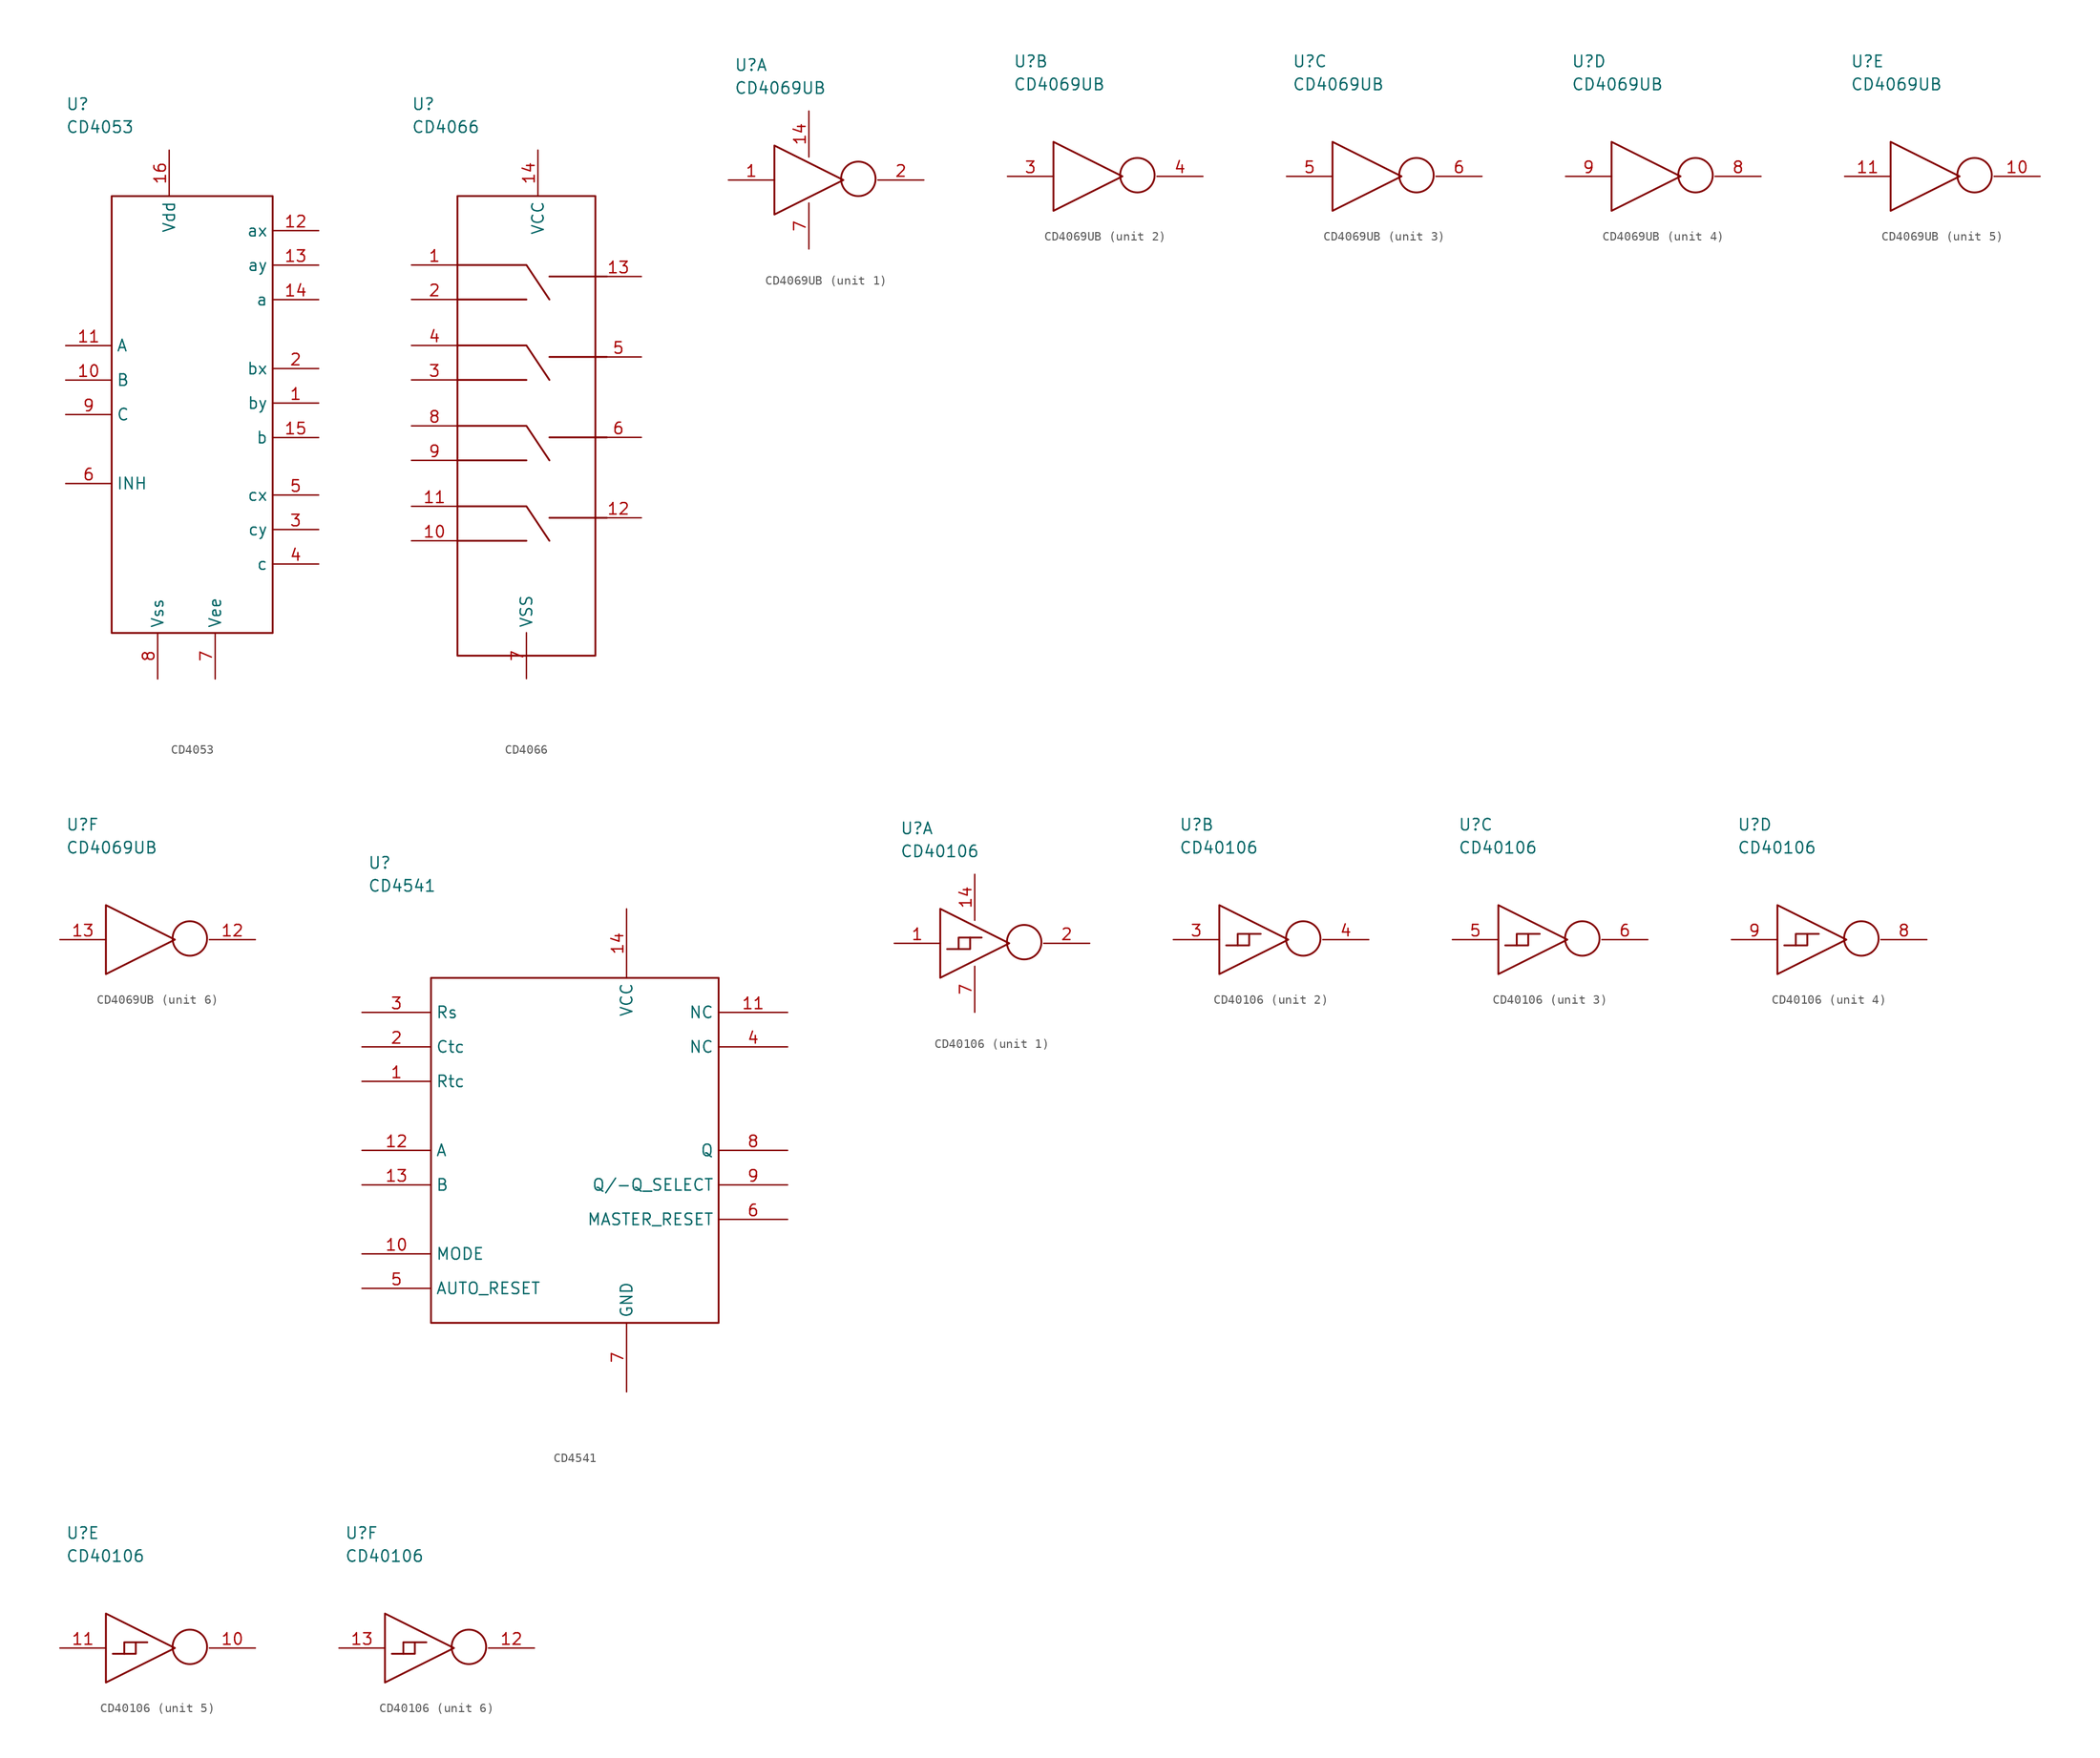
<source format=kicad_sym>
(kicad_symbol_lib
  (version 20211014)
  (generator kicad_symbol_editor)
  (symbol "CD4053"
    (property "Reference" "U"
      (at -13.97 34.29 0)
      (effects (font (size 1.27 1.27)) (justify left)))
    (property "Value" "CD4053"
      (at -13.97 31.75 0)
      (effects (font (size 1.27 1.27)) (justify left)))
    (property "ki_locked" ""
      (at 0 0 0)
      (effects (font (size 1.27 1.27))))
    (symbol "CD4053_0_0"
      (rectangle (start -8.89 24.13) (end 8.89 -24.13) (stroke (width 0.203) (type default) (color 0 0 0 0)) (fill (type none))))
    (symbol "CD4053_1_0"
      (pin unspecified line (at 13.97 1.27 180) (length 5.08) (name "by" (effects (font (size 1.27 1.27)))) (number "1" (effects (font (size 1.27 1.27)))))
      (pin unspecified line (at -13.97 3.81 0) (length 5.08) (name "B" (effects (font (size 1.27 1.27)))) (number "10" (effects (font (size 1.27 1.27)))))
      (pin unspecified line (at -13.97 7.62 0) (length 5.08) (name "A" (effects (font (size 1.27 1.27)))) (number "11" (effects (font (size 1.27 1.27)))))
      (pin unspecified line (at 13.97 20.32 180) (length 5.08) (name "ax" (effects (font (size 1.27 1.27)))) (number "12" (effects (font (size 1.27 1.27)))))
      (pin unspecified line (at 13.97 16.51 180) (length 5.08) (name "ay" (effects (font (size 1.27 1.27)))) (number "13" (effects (font (size 1.27 1.27)))))
      (pin unspecified line (at 13.97 12.7 180) (length 5.08) (name "a" (effects (font (size 1.27 1.27)))) (number "14" (effects (font (size 1.27 1.27)))))
      (pin unspecified line (at 13.97 -2.54 180) (length 5.08) (name "b" (effects (font (size 1.27 1.27)))) (number "15" (effects (font (size 1.27 1.27)))))
      (pin unspecified line (at -2.54 29.21 270) (length 5.08) (name "Vdd" (effects (font (size 1.27 1.27)))) (number "16" (effects (font (size 1.27 1.27)))))
      (pin unspecified line (at 13.97 5.08 180) (length 5.08) (name "bx" (effects (font (size 1.27 1.27)))) (number "2" (effects (font (size 1.27 1.27)))))
      (pin unspecified line (at 13.97 -12.7 180) (length 5.08) (name "cy" (effects (font (size 1.27 1.27)))) (number "3" (effects (font (size 1.27 1.27)))))
      (pin unspecified line (at 13.97 -16.51 180) (length 5.08) (name "c" (effects (font (size 1.27 1.27)))) (number "4" (effects (font (size 1.27 1.27)))))
      (pin unspecified line (at 13.97 -8.89 180) (length 5.08) (name "cx" (effects (font (size 1.27 1.27)))) (number "5" (effects (font (size 1.27 1.27)))))
      (pin unspecified line (at -13.97 -7.62 0) (length 5.08) (name "INH" (effects (font (size 1.27 1.27)))) (number "6" (effects (font (size 1.27 1.27)))))
      (pin unspecified line (at 2.54 -29.21 90) (length 5.08) (name "Vee" (effects (font (size 1.27 1.27)))) (number "7" (effects (font (size 1.27 1.27)))))
      (pin unspecified line (at -3.81 -29.21 90) (length 5.08) (name "Vss" (effects (font (size 1.27 1.27)))) (number "8" (effects (font (size 1.27 1.27)))))
      (pin unspecified line (at -13.97 0 0) (length 5.08) (name "C" (effects (font (size 1.27 1.27)))) (number "9" (effects (font (size 1.27 1.27)))))))
  (symbol "CD4066"
    (property "Reference" "U"
      (at -12.7 34.29 0)
      (effects (font (size 1.27 1.27)) (justify left)))
    (property "Value" "CD4066"
      (at -12.7 31.75 0)
      (effects (font (size 1.27 1.27)) (justify left)))
    (property "ki_locked" ""
      (at 0 0 0)
      (effects (font (size 1.27 1.27))))
    (symbol "CD4066_0_0"
      (rectangle (start -7.62 24.13) (end 7.62 -26.67) (stroke (width 0.203) (type default) (color 0 0 0 0)) (fill (type none)))
      (polyline (pts (xy -7.62 -13.97) (xy 0 -13.97)) (stroke (width 0.203) (type default) (color 0 0 0 0)) (fill (type none)))
      (polyline (pts (xy -7.62 -5.08) (xy 0 -5.08)) (stroke (width 0.203) (type default) (color 0 0 0 0)) (fill (type none)))
      (polyline (pts (xy -7.62 3.81) (xy 0 3.81)) (stroke (width 0.203) (type default) (color 0 0 0 0)) (fill (type none)))
      (polyline (pts (xy -7.62 12.7) (xy 0 12.7)) (stroke (width 0.203) (type default) (color 0 0 0 0)) (fill (type none)))
      (polyline (pts (xy 2.54 -11.43) (xy 8.89 -11.43)) (stroke (width 0.203) (type default) (color 0 0 0 0)) (fill (type none)))
      (polyline (pts (xy 2.54 -2.54) (xy 8.89 -2.54)) (stroke (width 0.203) (type default) (color 0 0 0 0)) (fill (type none)))
      (polyline (pts (xy 2.54 6.35) (xy 8.89 6.35)) (stroke (width 0.203) (type default) (color 0 0 0 0)) (fill (type none)))
      (polyline (pts (xy 2.54 15.24) (xy 8.89 15.24)) (stroke (width 0.203) (type default) (color 0 0 0 0)) (fill (type none)))
      (polyline (pts (xy -7.62 -10.16) (xy 0 -10.16) (xy 2.54 -13.97)) (stroke (width 0.203) (type default) (color 0 0 0 0)) (fill (type none)))
      (polyline (pts (xy -7.62 -1.27) (xy 0 -1.27) (xy 2.54 -5.08)) (stroke (width 0.203) (type default) (color 0 0 0 0)) (fill (type none)))
      (polyline (pts (xy -7.62 7.62) (xy 0 7.62) (xy 2.54 3.81)) (stroke (width 0.203) (type default) (color 0 0 0 0)) (fill (type none)))
      (polyline (pts (xy -7.62 16.51) (xy 0 16.51) (xy 2.54 12.7)) (stroke (width 0.203) (type default) (color 0 0 0 0)) (fill (type none))))
    (symbol "CD4066_1_0"
      (pin unspecified line (at -12.7 16.51 0) (length 5.08) (name "~" (effects (font (size 1.27 1.27)))) (number "1" (effects (font (size 1.27 1.27)))))
      (pin unspecified line (at -12.7 -13.97 0) (length 5.08) (name "~" (effects (font (size 1.27 1.27)))) (number "10" (effects (font (size 1.27 1.27)))))
      (pin unspecified line (at -12.7 -10.16 0) (length 5.08) (name "~" (effects (font (size 1.27 1.27)))) (number "11" (effects (font (size 1.27 1.27)))))
      (pin unspecified line (at 12.7 -11.43 180) (length 5.08) (name "~" (effects (font (size 1.27 1.27)))) (number "12" (effects (font (size 1.27 1.27)))))
      (pin unspecified line (at 12.7 15.24 180) (length 5.08) (name "~" (effects (font (size 1.27 1.27)))) (number "13" (effects (font (size 1.27 1.27)))))
      (pin unspecified line (at 1.27 29.21 270) (length 5.08) (name "VCC" (effects (font (size 1.27 1.27)))) (number "14" (effects (font (size 1.27 1.27)))))
      (pin unspecified line (at -12.7 12.7 0) (length 5.08) (name "~" (effects (font (size 1.27 1.27)))) (number "2" (effects (font (size 1.27 1.27)))))
      (pin unspecified line (at -12.7 3.81 0) (length 5.08) (name "~" (effects (font (size 1.27 1.27)))) (number "3" (effects (font (size 1.27 1.27)))))
      (pin unspecified line (at -12.7 7.62 0) (length 5.08) (name "~" (effects (font (size 1.27 1.27)))) (number "4" (effects (font (size 1.27 1.27)))))
      (pin unspecified line (at 12.7 6.35 180) (length 5.08) (name "~" (effects (font (size 1.27 1.27)))) (number "5" (effects (font (size 1.27 1.27)))))
      (pin unspecified line (at 12.7 -2.54 180) (length 5.08) (name "~" (effects (font (size 1.27 1.27)))) (number "6" (effects (font (size 1.27 1.27)))))
      (pin unspecified line (at 0 -29.21 90) (length 5.08) (name "VSS" (effects (font (size 1.27 1.27)))) (number "7" (effects (font (size 1.27 1.27)))))
      (pin unspecified line (at -12.7 -1.27 0) (length 5.08) (name "~" (effects (font (size 1.27 1.27)))) (number "8" (effects (font (size 1.27 1.27)))))
      (pin unspecified line (at -12.7 -5.08 0) (length 5.08) (name "~" (effects (font (size 1.27 1.27)))) (number "9" (effects (font (size 1.27 1.27)))))))
  (symbol "CD4069UB"
    (property "Reference" "U"
      (at -10.795 12.7 0)
      (effects (font (size 1.27 1.27)) (justify left)))
    (property "Value" "CD4069UB"
      (at -10.795 10.16 0)
      (effects (font (size 1.27 1.27)) (justify left)))
    (property "ki_locked" ""
      (at 0 0 0)
      (effects (font (size 1.27 1.27))))
    (symbol "CD4069UB_0_0"
      (polyline (pts (xy -6.35 3.81) (xy -6.35 -3.81) (xy 1.27 0) (xy -6.35 3.81)) (stroke (width 0.203) (type default) (color 0 0 0 0)) (fill (type none)))
      (circle (center 2.921 0.127) (radius 1.905) (stroke (width 0.203) (type default) (color 0 0 0 0)) (fill (type none))))
    (symbol "CD4069UB_1_0"
      (pin unspecified line (at -11.43 0 0) (length 5.08) (name "~" (effects (font (size 1.27 1.27)))) (number "1" (effects (font (size 1.27 1.27)))))
      (pin unspecified line (at -2.54 7.62 270) (length 5.08) (name "~" (effects (font (size 1.27 1.27)))) (number "14" (effects (font (size 1.27 1.27)))))
      (pin unspecified line (at 10.16 0 180) (length 5.08) (name "~" (effects (font (size 1.27 1.27)))) (number "2" (effects (font (size 1.27 1.27)))))
      (pin unspecified line (at -2.54 -7.62 90) (length 5.08) (name "~" (effects (font (size 1.27 1.27)))) (number "7" (effects (font (size 1.27 1.27))))))
    (symbol "CD4069UB_2_0"
      (pin unspecified line (at -11.43 0 0) (length 5.08) (name "~" (effects (font (size 1.27 1.27)))) (number "3" (effects (font (size 1.27 1.27)))))
      (pin unspecified line (at 10.16 0 180) (length 5.08) (name "~" (effects (font (size 1.27 1.27)))) (number "4" (effects (font (size 1.27 1.27))))))
    (symbol "CD4069UB_3_0"
      (pin unspecified line (at -11.43 0 0) (length 5.08) (name "~" (effects (font (size 1.27 1.27)))) (number "5" (effects (font (size 1.27 1.27)))))
      (pin unspecified line (at 10.16 0 180) (length 5.08) (name "~" (effects (font (size 1.27 1.27)))) (number "6" (effects (font (size 1.27 1.27))))))
    (symbol "CD4069UB_4_0"
      (pin unspecified line (at 10.16 0 180) (length 5.08) (name "~" (effects (font (size 1.27 1.27)))) (number "8" (effects (font (size 1.27 1.27)))))
      (pin unspecified line (at -11.43 0 0) (length 5.08) (name "~" (effects (font (size 1.27 1.27)))) (number "9" (effects (font (size 1.27 1.27))))))
    (symbol "CD4069UB_5_0"
      (pin unspecified line (at 10.16 0 180) (length 5.08) (name "~" (effects (font (size 1.27 1.27)))) (number "10" (effects (font (size 1.27 1.27)))))
      (pin unspecified line (at -11.43 0 0) (length 5.08) (name "~" (effects (font (size 1.27 1.27)))) (number "11" (effects (font (size 1.27 1.27))))))
    (symbol "CD4069UB_6_0"
      (pin unspecified line (at 10.16 0 180) (length 5.08) (name "~" (effects (font (size 1.27 1.27)))) (number "12" (effects (font (size 1.27 1.27)))))
      (pin unspecified line (at -11.43 0 0) (length 5.08) (name "~" (effects (font (size 1.27 1.27)))) (number "13" (effects (font (size 1.27 1.27)))))))
  (symbol "CD4541"
    (property "Reference" "U"
      (at -23.495 31.75 0)
      (effects (font (size 1.27 1.27)) (justify left)))
    (property "Value" "CD4541"
      (at -23.495 29.21 0)
      (effects (font (size 1.27 1.27)) (justify left)))
    (property "ki_locked" ""
      (at 0 0 0)
      (effects (font (size 1.27 1.27))))
    (symbol "CD4541_0_0"
      (rectangle (start -16.51 19.05) (end 15.24 -19.05) (stroke (width 0.203) (type default) (color 0 0 0 0)) (fill (type none))))
    (symbol "CD4541_1_0"
      (pin unspecified line (at -24.13 7.62 0) (length 7.62) (name "Rtc" (effects (font (size 1.27 1.27)))) (number "1" (effects (font (size 1.27 1.27)))))
      (pin unspecified line (at -24.13 -11.43 0) (length 7.62) (name "MODE" (effects (font (size 1.27 1.27)))) (number "10" (effects (font (size 1.27 1.27)))))
      (pin unspecified line (at 22.86 15.24 180) (length 7.62) (name "NC" (effects (font (size 1.27 1.27)))) (number "11" (effects (font (size 1.27 1.27)))))
      (pin unspecified line (at -24.13 0 0) (length 7.62) (name "A" (effects (font (size 1.27 1.27)))) (number "12" (effects (font (size 1.27 1.27)))))
      (pin unspecified line (at -24.13 -3.81 0) (length 7.62) (name "B" (effects (font (size 1.27 1.27)))) (number "13" (effects (font (size 1.27 1.27)))))
      (pin unspecified line (at 5.08 26.67 270) (length 7.62) (name "VCC" (effects (font (size 1.27 1.27)))) (number "14" (effects (font (size 1.27 1.27)))))
      (pin unspecified line (at -24.13 11.43 0) (length 7.62) (name "Ctc" (effects (font (size 1.27 1.27)))) (number "2" (effects (font (size 1.27 1.27)))))
      (pin unspecified line (at -24.13 15.24 0) (length 7.62) (name "Rs" (effects (font (size 1.27 1.27)))) (number "3" (effects (font (size 1.27 1.27)))))
      (pin unspecified line (at 22.86 11.43 180) (length 7.62) (name "NC" (effects (font (size 1.27 1.27)))) (number "4" (effects (font (size 1.27 1.27)))))
      (pin unspecified line (at -24.13 -15.24 0) (length 7.62) (name "AUTO_RESET" (effects (font (size 1.27 1.27)))) (number "5" (effects (font (size 1.27 1.27)))))
      (pin unspecified line (at 22.86 -7.62 180) (length 7.62) (name "MASTER_RESET" (effects (font (size 1.27 1.27)))) (number "6" (effects (font (size 1.27 1.27)))))
      (pin unspecified line (at 5.08 -26.67 90) (length 7.62) (name "GND" (effects (font (size 1.27 1.27)))) (number "7" (effects (font (size 1.27 1.27)))))
      (pin unspecified line (at 22.86 0 180) (length 7.62) (name "Q" (effects (font (size 1.27 1.27)))) (number "8" (effects (font (size 1.27 1.27)))))
      (pin unspecified line (at 22.86 -3.81 180) (length 7.62) (name "Q/-Q_SELECT" (effects (font (size 1.27 1.27)))) (number "9" (effects (font (size 1.27 1.27)))))))
  (symbol "CD40106"
    (property "Reference" "U"
      (at -10.795 12.7 0)
      (effects (font (size 1.27 1.27)) (justify left)))
    (property "Value" "CD40106"
      (at -10.795 10.16 0)
      (effects (font (size 1.27 1.27)) (justify left)))
    (property "ki_locked" ""
      (at 0 0 0)
      (effects (font (size 1.27 1.27))))
    (symbol "CD40106_0_0"
      (polyline (pts (xy -4.318 -0.635) (xy -4.318 0.635) (xy -1.778 0.635)) (stroke (width 0.203) (type default) (color 0 0 0 0)) (fill (type none)))
      (polyline (pts (xy -3.048 0.635) (xy -3.048 -0.635) (xy -5.588 -0.635)) (stroke (width 0.203) (type default) (color 0 0 0 0)) (fill (type none)))
      (polyline (pts (xy -6.35 3.81) (xy -6.35 -3.81) (xy 1.27 0) (xy -6.35 3.81)) (stroke (width 0.203) (type default) (color 0 0 0 0)) (fill (type none)))
      (circle (center 2.921 0.127) (radius 1.905) (stroke (width 0.203) (type default) (color 0 0 0 0)) (fill (type none))))
    (symbol "CD40106_1_0"
      (pin unspecified line (at -11.43 0 0) (length 5.08) (name "~" (effects (font (size 1.27 1.27)))) (number "1" (effects (font (size 1.27 1.27)))))
      (pin unspecified line (at -2.54 7.62 270) (length 5.08) (name "~" (effects (font (size 1.27 1.27)))) (number "14" (effects (font (size 1.27 1.27)))))
      (pin unspecified line (at 10.16 0 180) (length 5.08) (name "~" (effects (font (size 1.27 1.27)))) (number "2" (effects (font (size 1.27 1.27)))))
      (pin unspecified line (at -2.54 -7.62 90) (length 5.08) (name "~" (effects (font (size 1.27 1.27)))) (number "7" (effects (font (size 1.27 1.27))))))
    (symbol "CD40106_2_0"
      (pin unspecified line (at -11.43 0 0) (length 5.08) (name "~" (effects (font (size 1.27 1.27)))) (number "3" (effects (font (size 1.27 1.27)))))
      (pin unspecified line (at 10.16 0 180) (length 5.08) (name "~" (effects (font (size 1.27 1.27)))) (number "4" (effects (font (size 1.27 1.27))))))
    (symbol "CD40106_3_0"
      (pin unspecified line (at -11.43 0 0) (length 5.08) (name "~" (effects (font (size 1.27 1.27)))) (number "5" (effects (font (size 1.27 1.27)))))
      (pin unspecified line (at 10.16 0 180) (length 5.08) (name "~" (effects (font (size 1.27 1.27)))) (number "6" (effects (font (size 1.27 1.27))))))
    (symbol "CD40106_4_0"
      (pin unspecified line (at 10.16 0 180) (length 5.08) (name "~" (effects (font (size 1.27 1.27)))) (number "8" (effects (font (size 1.27 1.27)))))
      (pin unspecified line (at -11.43 0 0) (length 5.08) (name "~" (effects (font (size 1.27 1.27)))) (number "9" (effects (font (size 1.27 1.27))))))
    (symbol "CD40106_5_0"
      (pin unspecified line (at 10.16 0 180) (length 5.08) (name "~" (effects (font (size 1.27 1.27)))) (number "10" (effects (font (size 1.27 1.27)))))
      (pin unspecified line (at -11.43 0 0) (length 5.08) (name "~" (effects (font (size 1.27 1.27)))) (number "11" (effects (font (size 1.27 1.27))))))
    (symbol "CD40106_6_0"
      (pin unspecified line (at 10.16 0 180) (length 5.08) (name "~" (effects (font (size 1.27 1.27)))) (number "12" (effects (font (size 1.27 1.27)))))
      (pin unspecified line (at -11.43 0 0) (length 5.08) (name "~" (effects (font (size 1.27 1.27)))) (number "13" (effects (font (size 1.27 1.27))))))))
</source>
